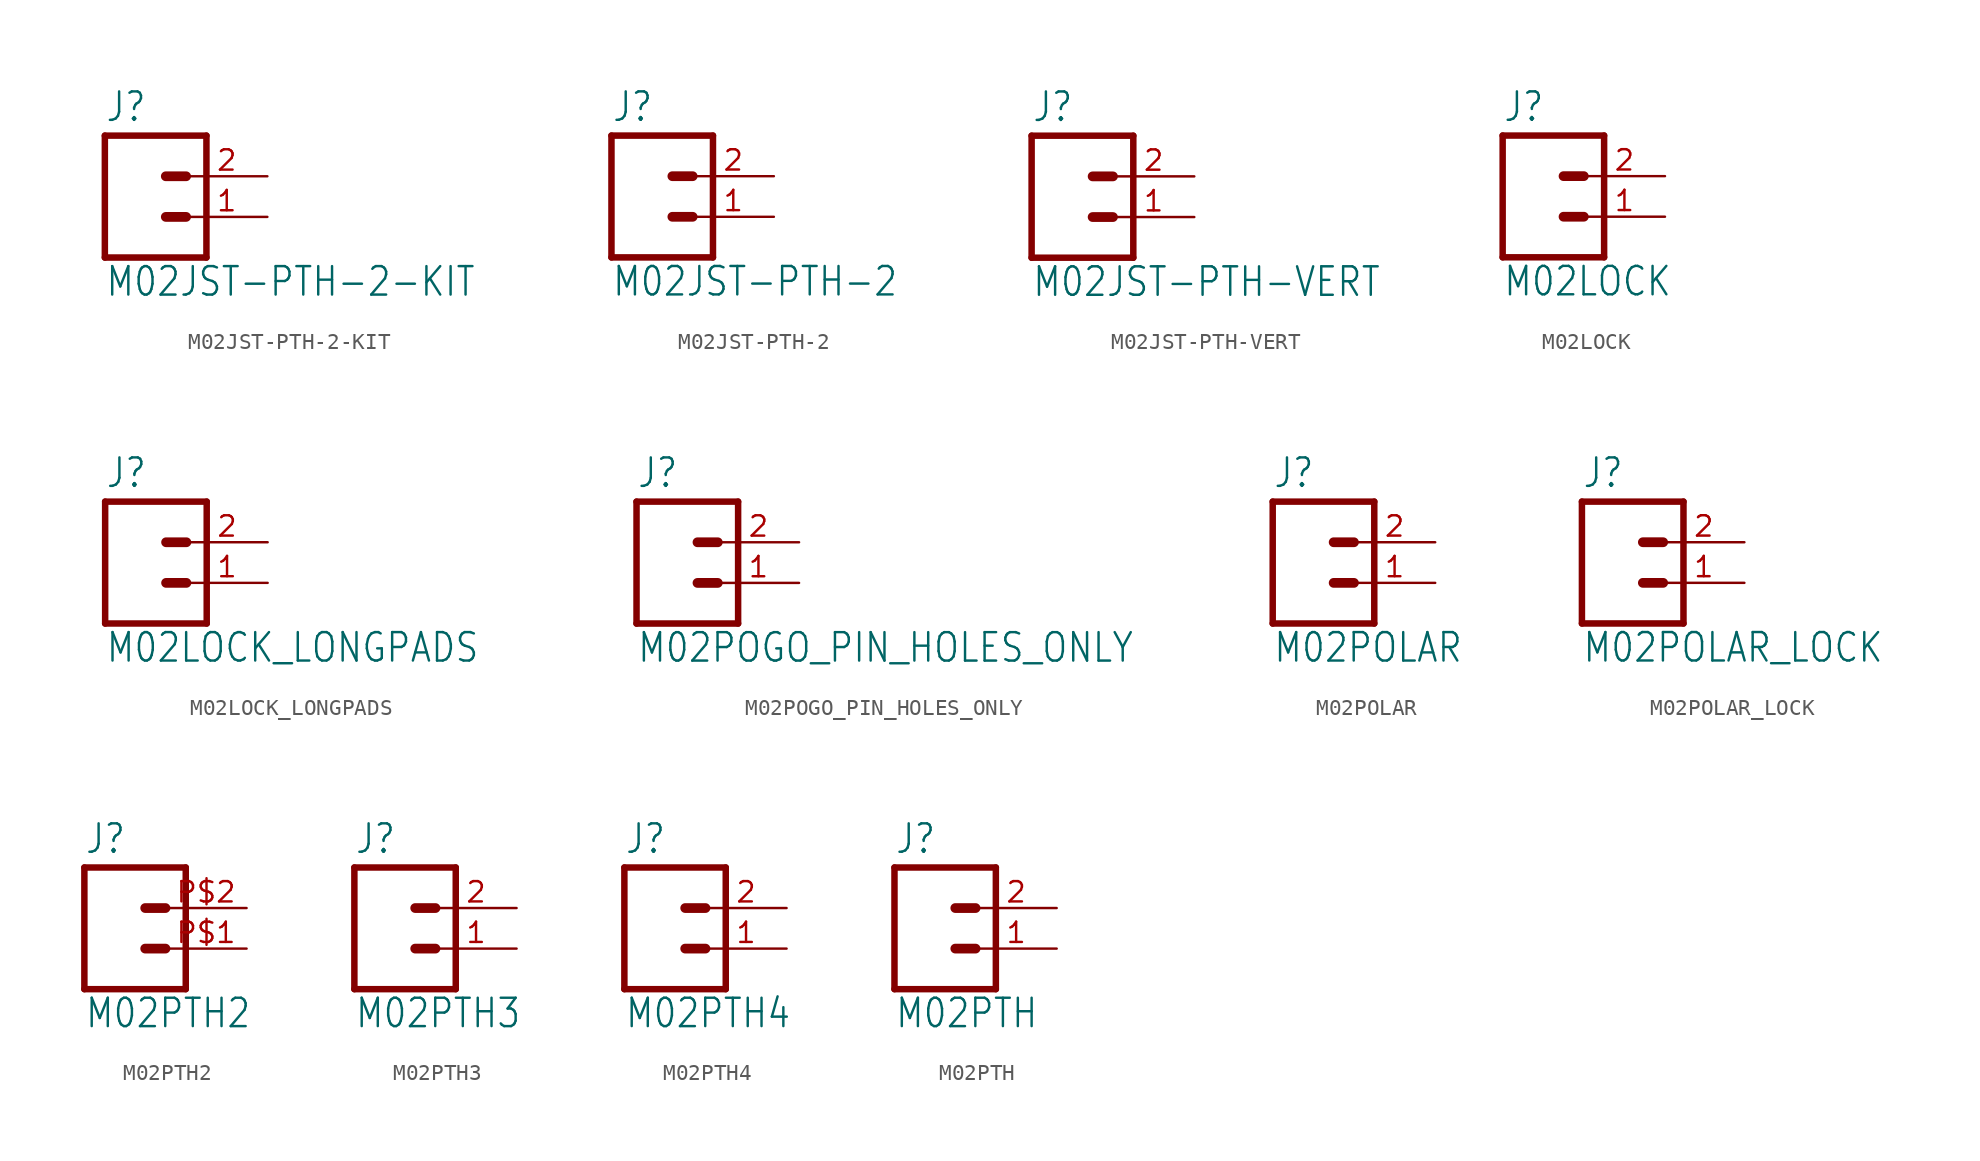
<source format=kicad_sym>
(kicad_symbol_lib
  (version 20220914)
  (generator kicad_symbol_editor)
  (symbol "M02JST-PTH-2-KIT"
    (property "Reference" "J"
      (at -2.54 5.842 0)
      (effects (font (size 1.778 1.511)) (justify left bottom)))
    (property "Value" "M02JST-PTH-2-KIT"
      (at -2.54 -5.08 0)
      (effects (font (size 1.778 1.511)) (justify left bottom)))
    (property "ki_locked" ""
      (at 0 0 0)
      (effects (font (size 1.27 1.27))))
    (symbol "M02JST-PTH-2-KIT_1_0"
      (polyline (pts (xy -2.54 5.08) (xy -2.54 -2.54)) (stroke (width 0.406) (type default)) (fill (type none)))
      (polyline (pts (xy -2.54 5.08) (xy 3.81 5.08)) (stroke (width 0.406) (type default)) (fill (type none)))
      (polyline (pts (xy 1.27 0) (xy 2.54 0)) (stroke (width 0.61) (type default)) (fill (type none)))
      (polyline (pts (xy 1.27 2.54) (xy 2.54 2.54)) (stroke (width 0.61) (type default)) (fill (type none)))
      (polyline (pts (xy 3.81 -2.54) (xy -2.54 -2.54)) (stroke (width 0.406) (type default)) (fill (type none)))
      (polyline (pts (xy 3.81 -2.54) (xy 3.81 5.08)) (stroke (width 0.406) (type default)) (fill (type none)))
      (pin passive line (at 7.62 0 180) (length 5.08) (name "1" (effects (font (size 0 0)))) (number "1" (effects (font (size 1.27 1.27)))))
      (pin passive line (at 7.62 2.54 180) (length 5.08) (name "2" (effects (font (size 0 0)))) (number "2" (effects (font (size 1.27 1.27)))))))
  (symbol "M02JST-PTH-2"
    (property "Reference" "J"
      (at -2.54 5.842 0)
      (effects (font (size 1.778 1.511)) (justify left bottom)))
    (property "Value" "M02JST-PTH-2"
      (at -2.54 -5.08 0)
      (effects (font (size 1.778 1.511)) (justify left bottom)))
    (property "ki_locked" ""
      (at 0 0 0)
      (effects (font (size 1.27 1.27))))
    (symbol "M02JST-PTH-2_1_0"
      (polyline (pts (xy -2.54 5.08) (xy -2.54 -2.54)) (stroke (width 0.406) (type default)) (fill (type none)))
      (polyline (pts (xy -2.54 5.08) (xy 3.81 5.08)) (stroke (width 0.406) (type default)) (fill (type none)))
      (polyline (pts (xy 1.27 0) (xy 2.54 0)) (stroke (width 0.61) (type default)) (fill (type none)))
      (polyline (pts (xy 1.27 2.54) (xy 2.54 2.54)) (stroke (width 0.61) (type default)) (fill (type none)))
      (polyline (pts (xy 3.81 -2.54) (xy -2.54 -2.54)) (stroke (width 0.406) (type default)) (fill (type none)))
      (polyline (pts (xy 3.81 -2.54) (xy 3.81 5.08)) (stroke (width 0.406) (type default)) (fill (type none)))
      (pin passive line (at 7.62 0 180) (length 5.08) (name "1" (effects (font (size 0 0)))) (number "1" (effects (font (size 1.27 1.27)))))
      (pin passive line (at 7.62 2.54 180) (length 5.08) (name "2" (effects (font (size 0 0)))) (number "2" (effects (font (size 1.27 1.27)))))))
  (symbol "M02JST-PTH-VERT"
    (property "Reference" "J"
      (at -2.54 5.842 0)
      (effects (font (size 1.778 1.511)) (justify left bottom)))
    (property "Value" "M02JST-PTH-VERT"
      (at -2.54 -5.08 0)
      (effects (font (size 1.778 1.511)) (justify left bottom)))
    (property "ki_locked" ""
      (at 0 0 0)
      (effects (font (size 1.27 1.27))))
    (symbol "M02JST-PTH-VERT_1_0"
      (polyline (pts (xy -2.54 5.08) (xy -2.54 -2.54)) (stroke (width 0.406) (type default)) (fill (type none)))
      (polyline (pts (xy -2.54 5.08) (xy 3.81 5.08)) (stroke (width 0.406) (type default)) (fill (type none)))
      (polyline (pts (xy 1.27 0) (xy 2.54 0)) (stroke (width 0.61) (type default)) (fill (type none)))
      (polyline (pts (xy 1.27 2.54) (xy 2.54 2.54)) (stroke (width 0.61) (type default)) (fill (type none)))
      (polyline (pts (xy 3.81 -2.54) (xy -2.54 -2.54)) (stroke (width 0.406) (type default)) (fill (type none)))
      (polyline (pts (xy 3.81 -2.54) (xy 3.81 5.08)) (stroke (width 0.406) (type default)) (fill (type none)))
      (pin passive line (at 7.62 0 180) (length 5.08) (name "1" (effects (font (size 0 0)))) (number "1" (effects (font (size 1.27 1.27)))))
      (pin passive line (at 7.62 2.54 180) (length 5.08) (name "2" (effects (font (size 0 0)))) (number "2" (effects (font (size 1.27 1.27)))))))
  (symbol "M02LOCK"
    (property "Reference" "J"
      (at -2.54 5.842 0)
      (effects (font (size 1.778 1.511)) (justify left bottom)))
    (property "Value" "M02LOCK"
      (at -2.54 -5.08 0)
      (effects (font (size 1.778 1.511)) (justify left bottom)))
    (property "ki_locked" ""
      (at 0 0 0)
      (effects (font (size 1.27 1.27))))
    (symbol "M02LOCK_1_0"
      (polyline (pts (xy -2.54 5.08) (xy -2.54 -2.54)) (stroke (width 0.406) (type default)) (fill (type none)))
      (polyline (pts (xy -2.54 5.08) (xy 3.81 5.08)) (stroke (width 0.406) (type default)) (fill (type none)))
      (polyline (pts (xy 1.27 0) (xy 2.54 0)) (stroke (width 0.61) (type default)) (fill (type none)))
      (polyline (pts (xy 1.27 2.54) (xy 2.54 2.54)) (stroke (width 0.61) (type default)) (fill (type none)))
      (polyline (pts (xy 3.81 -2.54) (xy -2.54 -2.54)) (stroke (width 0.406) (type default)) (fill (type none)))
      (polyline (pts (xy 3.81 -2.54) (xy 3.81 5.08)) (stroke (width 0.406) (type default)) (fill (type none)))
      (pin passive line (at 7.62 0 180) (length 5.08) (name "1" (effects (font (size 0 0)))) (number "1" (effects (font (size 1.27 1.27)))))
      (pin passive line (at 7.62 2.54 180) (length 5.08) (name "2" (effects (font (size 0 0)))) (number "2" (effects (font (size 1.27 1.27)))))))
  (symbol "M02LOCK_LONGPADS"
    (property "Reference" "J"
      (at -2.54 5.842 0)
      (effects (font (size 1.778 1.511)) (justify left bottom)))
    (property "Value" "M02LOCK_LONGPADS"
      (at -2.54 -5.08 0)
      (effects (font (size 1.778 1.511)) (justify left bottom)))
    (property "ki_locked" ""
      (at 0 0 0)
      (effects (font (size 1.27 1.27))))
    (symbol "M02LOCK_LONGPADS_1_0"
      (polyline (pts (xy -2.54 5.08) (xy -2.54 -2.54)) (stroke (width 0.406) (type default)) (fill (type none)))
      (polyline (pts (xy -2.54 5.08) (xy 3.81 5.08)) (stroke (width 0.406) (type default)) (fill (type none)))
      (polyline (pts (xy 1.27 0) (xy 2.54 0)) (stroke (width 0.61) (type default)) (fill (type none)))
      (polyline (pts (xy 1.27 2.54) (xy 2.54 2.54)) (stroke (width 0.61) (type default)) (fill (type none)))
      (polyline (pts (xy 3.81 -2.54) (xy -2.54 -2.54)) (stroke (width 0.406) (type default)) (fill (type none)))
      (polyline (pts (xy 3.81 -2.54) (xy 3.81 5.08)) (stroke (width 0.406) (type default)) (fill (type none)))
      (pin passive line (at 7.62 0 180) (length 5.08) (name "1" (effects (font (size 0 0)))) (number "1" (effects (font (size 1.27 1.27)))))
      (pin passive line (at 7.62 2.54 180) (length 5.08) (name "2" (effects (font (size 0 0)))) (number "2" (effects (font (size 1.27 1.27)))))))
  (symbol "M02POGO_PIN_HOLES_ONLY"
    (property "Reference" "J"
      (at -2.54 5.842 0)
      (effects (font (size 1.778 1.511)) (justify left bottom)))
    (property "Value" "M02POGO_PIN_HOLES_ONLY"
      (at -2.54 -5.08 0)
      (effects (font (size 1.778 1.511)) (justify left bottom)))
    (property "ki_locked" ""
      (at 0 0 0)
      (effects (font (size 1.27 1.27))))
    (symbol "M02POGO_PIN_HOLES_ONLY_1_0"
      (polyline (pts (xy -2.54 5.08) (xy -2.54 -2.54)) (stroke (width 0.406) (type default)) (fill (type none)))
      (polyline (pts (xy -2.54 5.08) (xy 3.81 5.08)) (stroke (width 0.406) (type default)) (fill (type none)))
      (polyline (pts (xy 1.27 0) (xy 2.54 0)) (stroke (width 0.61) (type default)) (fill (type none)))
      (polyline (pts (xy 1.27 2.54) (xy 2.54 2.54)) (stroke (width 0.61) (type default)) (fill (type none)))
      (polyline (pts (xy 3.81 -2.54) (xy -2.54 -2.54)) (stroke (width 0.406) (type default)) (fill (type none)))
      (polyline (pts (xy 3.81 -2.54) (xy 3.81 5.08)) (stroke (width 0.406) (type default)) (fill (type none)))
      (pin passive line (at 7.62 0 180) (length 5.08) (name "1" (effects (font (size 0 0)))) (number "1" (effects (font (size 1.27 1.27)))))
      (pin passive line (at 7.62 2.54 180) (length 5.08) (name "2" (effects (font (size 0 0)))) (number "2" (effects (font (size 1.27 1.27)))))))
  (symbol "M02POLAR"
    (property "Reference" "J"
      (at -2.54 5.842 0)
      (effects (font (size 1.778 1.511)) (justify left bottom)))
    (property "Value" "M02POLAR"
      (at -2.54 -5.08 0)
      (effects (font (size 1.778 1.511)) (justify left bottom)))
    (property "ki_locked" ""
      (at 0 0 0)
      (effects (font (size 1.27 1.27))))
    (symbol "M02POLAR_1_0"
      (polyline (pts (xy -2.54 5.08) (xy -2.54 -2.54)) (stroke (width 0.406) (type default)) (fill (type none)))
      (polyline (pts (xy -2.54 5.08) (xy 3.81 5.08)) (stroke (width 0.406) (type default)) (fill (type none)))
      (polyline (pts (xy 1.27 0) (xy 2.54 0)) (stroke (width 0.61) (type default)) (fill (type none)))
      (polyline (pts (xy 1.27 2.54) (xy 2.54 2.54)) (stroke (width 0.61) (type default)) (fill (type none)))
      (polyline (pts (xy 3.81 -2.54) (xy -2.54 -2.54)) (stroke (width 0.406) (type default)) (fill (type none)))
      (polyline (pts (xy 3.81 -2.54) (xy 3.81 5.08)) (stroke (width 0.406) (type default)) (fill (type none)))
      (pin passive line (at 7.62 0 180) (length 5.08) (name "1" (effects (font (size 0 0)))) (number "1" (effects (font (size 1.27 1.27)))))
      (pin passive line (at 7.62 2.54 180) (length 5.08) (name "2" (effects (font (size 0 0)))) (number "2" (effects (font (size 1.27 1.27)))))))
  (symbol "M02POLAR_LOCK"
    (property "Reference" "J"
      (at -2.54 5.842 0)
      (effects (font (size 1.778 1.511)) (justify left bottom)))
    (property "Value" "M02POLAR_LOCK"
      (at -2.54 -5.08 0)
      (effects (font (size 1.778 1.511)) (justify left bottom)))
    (property "ki_locked" ""
      (at 0 0 0)
      (effects (font (size 1.27 1.27))))
    (symbol "M02POLAR_LOCK_1_0"
      (polyline (pts (xy -2.54 5.08) (xy -2.54 -2.54)) (stroke (width 0.406) (type default)) (fill (type none)))
      (polyline (pts (xy -2.54 5.08) (xy 3.81 5.08)) (stroke (width 0.406) (type default)) (fill (type none)))
      (polyline (pts (xy 1.27 0) (xy 2.54 0)) (stroke (width 0.61) (type default)) (fill (type none)))
      (polyline (pts (xy 1.27 2.54) (xy 2.54 2.54)) (stroke (width 0.61) (type default)) (fill (type none)))
      (polyline (pts (xy 3.81 -2.54) (xy -2.54 -2.54)) (stroke (width 0.406) (type default)) (fill (type none)))
      (polyline (pts (xy 3.81 -2.54) (xy 3.81 5.08)) (stroke (width 0.406) (type default)) (fill (type none)))
      (pin passive line (at 7.62 0 180) (length 5.08) (name "1" (effects (font (size 0 0)))) (number "1" (effects (font (size 1.27 1.27)))))
      (pin passive line (at 7.62 2.54 180) (length 5.08) (name "2" (effects (font (size 0 0)))) (number "2" (effects (font (size 1.27 1.27)))))))
  (symbol "M02PTH2"
    (property "Reference" "J"
      (at -2.54 5.842 0)
      (effects (font (size 1.778 1.511)) (justify left bottom)))
    (property "Value" "M02PTH2"
      (at -2.54 -5.08 0)
      (effects (font (size 1.778 1.511)) (justify left bottom)))
    (property "ki_locked" ""
      (at 0 0 0)
      (effects (font (size 1.27 1.27))))
    (symbol "M02PTH2_1_0"
      (polyline (pts (xy -2.54 5.08) (xy -2.54 -2.54)) (stroke (width 0.406) (type default)) (fill (type none)))
      (polyline (pts (xy -2.54 5.08) (xy 3.81 5.08)) (stroke (width 0.406) (type default)) (fill (type none)))
      (polyline (pts (xy 1.27 0) (xy 2.54 0)) (stroke (width 0.61) (type default)) (fill (type none)))
      (polyline (pts (xy 1.27 2.54) (xy 2.54 2.54)) (stroke (width 0.61) (type default)) (fill (type none)))
      (polyline (pts (xy 3.81 -2.54) (xy -2.54 -2.54)) (stroke (width 0.406) (type default)) (fill (type none)))
      (polyline (pts (xy 3.81 -2.54) (xy 3.81 5.08)) (stroke (width 0.406) (type default)) (fill (type none)))
      (pin passive line (at 7.62 0 180) (length 5.08) (name "1" (effects (font (size 0 0)))) (number "P$1" (effects (font (size 1.27 1.27)))))
      (pin passive line (at 7.62 2.54 180) (length 5.08) (name "2" (effects (font (size 0 0)))) (number "P$2" (effects (font (size 1.27 1.27)))))))
  (symbol "M02PTH3"
    (property "Reference" "J"
      (at -2.54 5.842 0)
      (effects (font (size 1.778 1.511)) (justify left bottom)))
    (property "Value" "M02PTH3"
      (at -2.54 -5.08 0)
      (effects (font (size 1.778 1.511)) (justify left bottom)))
    (property "ki_locked" ""
      (at 0 0 0)
      (effects (font (size 1.27 1.27))))
    (symbol "M02PTH3_1_0"
      (polyline (pts (xy -2.54 5.08) (xy -2.54 -2.54)) (stroke (width 0.406) (type default)) (fill (type none)))
      (polyline (pts (xy -2.54 5.08) (xy 3.81 5.08)) (stroke (width 0.406) (type default)) (fill (type none)))
      (polyline (pts (xy 1.27 0) (xy 2.54 0)) (stroke (width 0.61) (type default)) (fill (type none)))
      (polyline (pts (xy 1.27 2.54) (xy 2.54 2.54)) (stroke (width 0.61) (type default)) (fill (type none)))
      (polyline (pts (xy 3.81 -2.54) (xy -2.54 -2.54)) (stroke (width 0.406) (type default)) (fill (type none)))
      (polyline (pts (xy 3.81 -2.54) (xy 3.81 5.08)) (stroke (width 0.406) (type default)) (fill (type none)))
      (pin passive line (at 7.62 0 180) (length 5.08) (name "1" (effects (font (size 0 0)))) (number "1" (effects (font (size 1.27 1.27)))))
      (pin passive line (at 7.62 2.54 180) (length 5.08) (name "2" (effects (font (size 0 0)))) (number "2" (effects (font (size 1.27 1.27)))))))
  (symbol "M02PTH4"
    (property "Reference" "J"
      (at -2.54 5.842 0)
      (effects (font (size 1.778 1.511)) (justify left bottom)))
    (property "Value" "M02PTH4"
      (at -2.54 -5.08 0)
      (effects (font (size 1.778 1.511)) (justify left bottom)))
    (property "ki_locked" ""
      (at 0 0 0)
      (effects (font (size 1.27 1.27))))
    (symbol "M02PTH4_1_0"
      (polyline (pts (xy -2.54 5.08) (xy -2.54 -2.54)) (stroke (width 0.406) (type default)) (fill (type none)))
      (polyline (pts (xy -2.54 5.08) (xy 3.81 5.08)) (stroke (width 0.406) (type default)) (fill (type none)))
      (polyline (pts (xy 1.27 0) (xy 2.54 0)) (stroke (width 0.61) (type default)) (fill (type none)))
      (polyline (pts (xy 1.27 2.54) (xy 2.54 2.54)) (stroke (width 0.61) (type default)) (fill (type none)))
      (polyline (pts (xy 3.81 -2.54) (xy -2.54 -2.54)) (stroke (width 0.406) (type default)) (fill (type none)))
      (polyline (pts (xy 3.81 -2.54) (xy 3.81 5.08)) (stroke (width 0.406) (type default)) (fill (type none)))
      (pin passive line (at 7.62 0 180) (length 5.08) (name "1" (effects (font (size 0 0)))) (number "1" (effects (font (size 1.27 1.27)))))
      (pin passive line (at 7.62 2.54 180) (length 5.08) (name "2" (effects (font (size 0 0)))) (number "2" (effects (font (size 1.27 1.27)))))))
  (symbol "M02PTH"
    (property "Reference" "J"
      (at -2.54 5.842 0)
      (effects (font (size 1.778 1.511)) (justify left bottom)))
    (property "Value" "M02PTH"
      (at -2.54 -5.08 0)
      (effects (font (size 1.778 1.511)) (justify left bottom)))
    (property "ki_locked" ""
      (at 0 0 0)
      (effects (font (size 1.27 1.27))))
    (symbol "M02PTH_1_0"
      (polyline (pts (xy -2.54 5.08) (xy -2.54 -2.54)) (stroke (width 0.406) (type default)) (fill (type none)))
      (polyline (pts (xy -2.54 5.08) (xy 3.81 5.08)) (stroke (width 0.406) (type default)) (fill (type none)))
      (polyline (pts (xy 1.27 0) (xy 2.54 0)) (stroke (width 0.61) (type default)) (fill (type none)))
      (polyline (pts (xy 1.27 2.54) (xy 2.54 2.54)) (stroke (width 0.61) (type default)) (fill (type none)))
      (polyline (pts (xy 3.81 -2.54) (xy -2.54 -2.54)) (stroke (width 0.406) (type default)) (fill (type none)))
      (polyline (pts (xy 3.81 -2.54) (xy 3.81 5.08)) (stroke (width 0.406) (type default)) (fill (type none)))
      (pin passive line (at 7.62 0 180) (length 5.08) (name "1" (effects (font (size 0 0)))) (number "1" (effects (font (size 1.27 1.27)))))
      (pin passive line (at 7.62 2.54 180) (length 5.08) (name "2" (effects (font (size 0 0)))) (number "2" (effects (font (size 1.27 1.27))))))))
</source>
